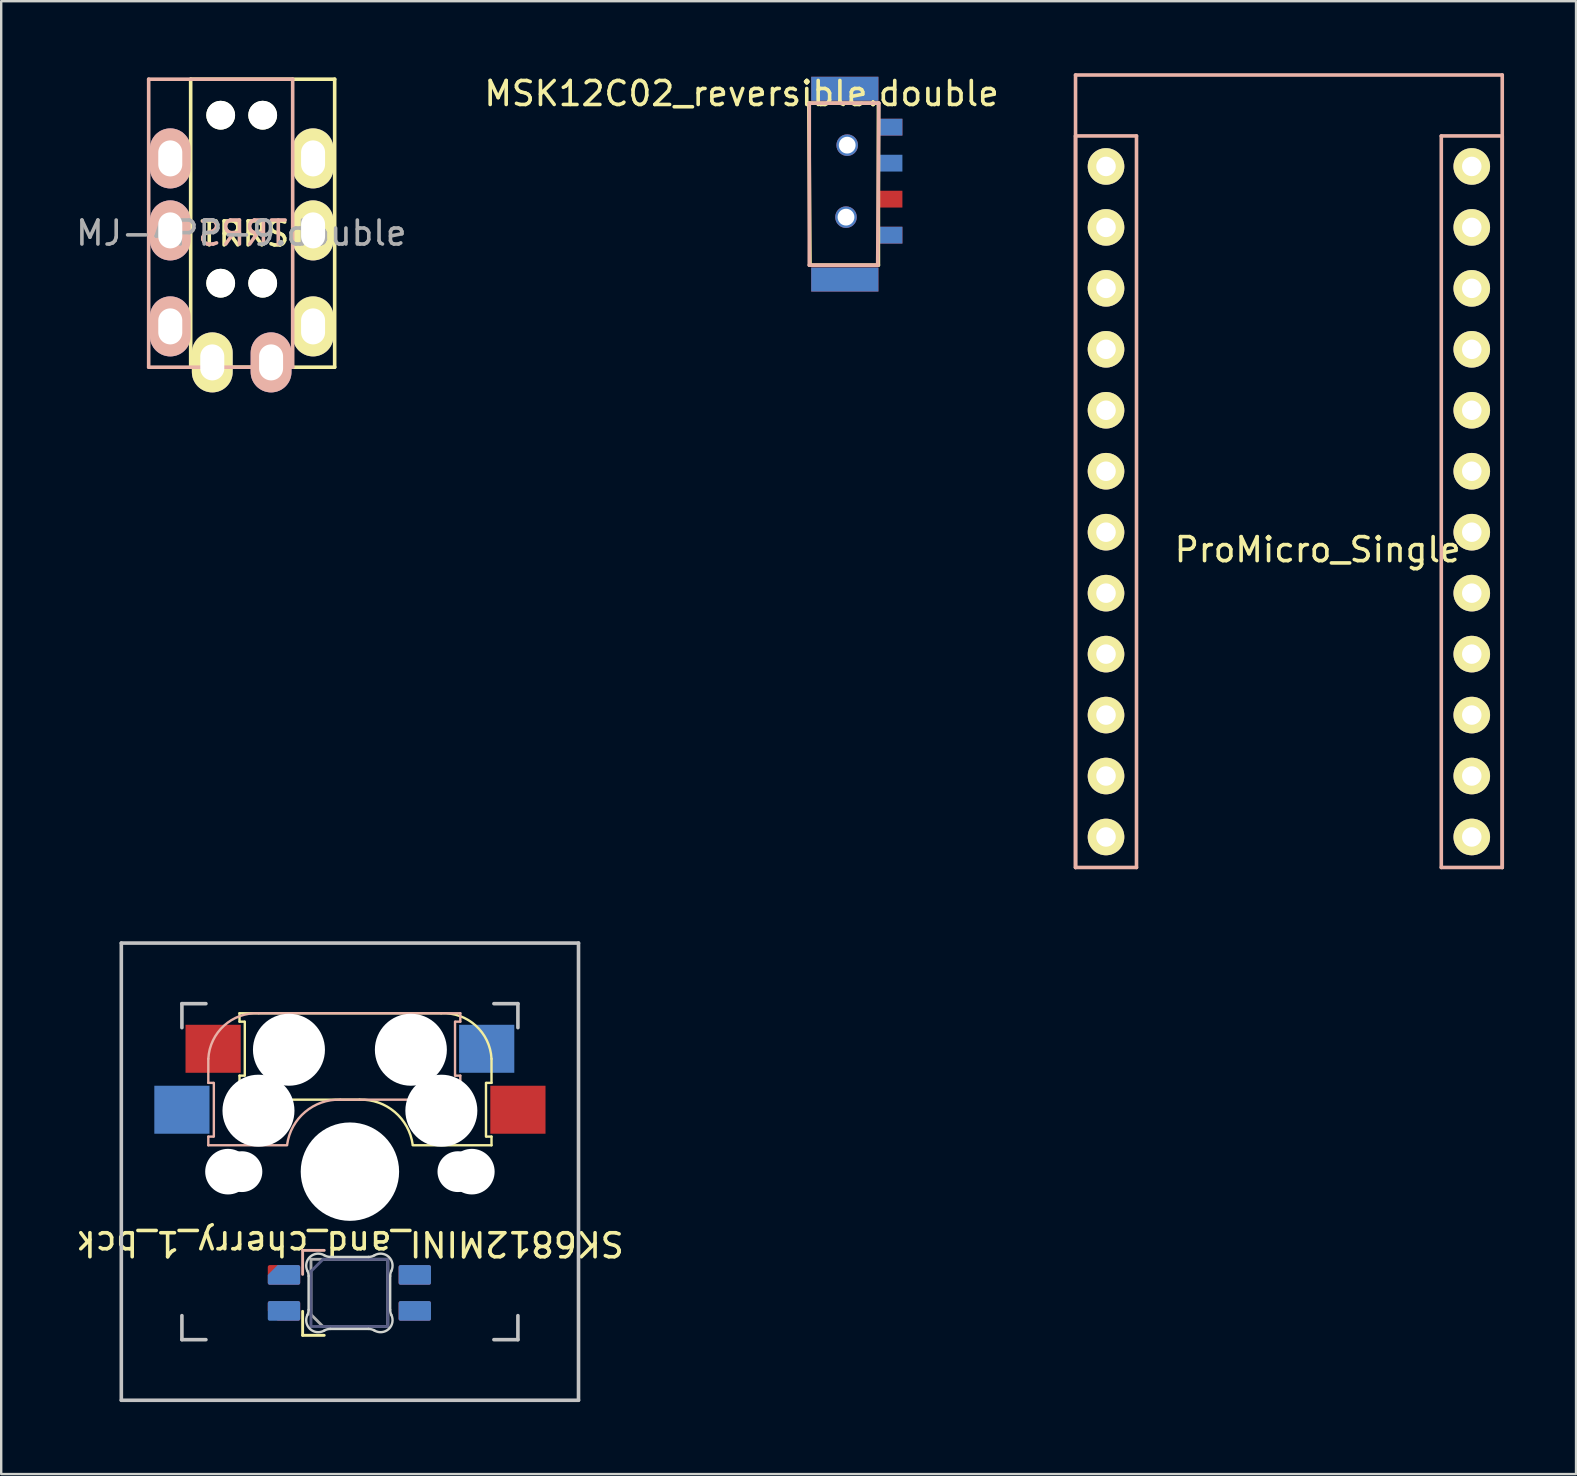
<source format=kicad_pcb>
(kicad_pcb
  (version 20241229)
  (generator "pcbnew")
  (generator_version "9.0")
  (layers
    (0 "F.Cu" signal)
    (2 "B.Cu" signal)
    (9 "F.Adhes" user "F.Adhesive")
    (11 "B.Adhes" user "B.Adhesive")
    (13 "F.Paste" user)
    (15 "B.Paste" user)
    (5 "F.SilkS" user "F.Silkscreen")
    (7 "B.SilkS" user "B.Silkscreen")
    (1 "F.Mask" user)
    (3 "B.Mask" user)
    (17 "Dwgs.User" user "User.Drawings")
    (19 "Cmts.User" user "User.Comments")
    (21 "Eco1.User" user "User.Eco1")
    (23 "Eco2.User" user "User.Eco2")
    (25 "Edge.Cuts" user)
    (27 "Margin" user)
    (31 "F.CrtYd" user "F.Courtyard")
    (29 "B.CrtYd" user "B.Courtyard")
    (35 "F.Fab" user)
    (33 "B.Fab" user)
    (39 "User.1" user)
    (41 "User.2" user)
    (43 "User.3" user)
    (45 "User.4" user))
  (footprint "MJ-4PP-9.double"
    (layer "F.Cu")
    (at 7.895 0.25)
    (property "Reference" "MJ-4PP-9.double" (at -0.889 6.413 0) (layer "F.Fab") (effects (font (size 1 1) (thickness 0.15))))
    (attr through_hole)
    (fp_line (start -3 0) (end 3 0) (stroke (width 0.15) (type solid)) (layer "F.SilkS"))
    (fp_line (start -3 12) (end -3 0) (stroke (width 0.15) (type solid)) (layer "F.SilkS"))
    (fp_line (start 3 0) (end 3 12) (stroke (width 0.15) (type solid)) (layer "F.SilkS"))
    (fp_line (start 3 12) (end -3 12) (stroke (width 0.15) (type solid)) (layer "F.SilkS"))
    (fp_line (start -4.75 0) (end 1.25 0) (stroke (width 0.15) (type solid)) (layer "B.SilkS"))
    (fp_line (start -4.75 12) (end -4.75 0) (stroke (width 0.15) (type solid)) (layer "B.SilkS"))
    (fp_line (start 1.25 0) (end 1.25 12) (stroke (width 0.15) (type solid)) (layer "B.SilkS"))
    (fp_line (start 1.25 12) (end -4.75 12) (stroke (width 0.15) (type solid)) (layer "B.SilkS"))
    (fp_text user "TRRS" (at -0.75 6.45 0) (layer "F.SilkS") (effects (font (size 1 1) (thickness 0.15))))
    (fp_text user "TRRS" (at -0.826 6.413 0) (layer "B.SilkS") (effects (font (size 1 1) (thickness 0.15)) (justify mirror)))
    (pad "" np_thru_hole circle (at -1.75 1.5) (size 1.2 1.2) (drill 1.2) (layers "*.Cu" "*.Mask" "F.SilkS"))
    (pad "" np_thru_hole circle (at -1.75 8.5) (size 1.2 1.2) (drill 1.2) (layers "*.Cu" "*.Mask" "F.SilkS"))
    (pad "" np_thru_hole circle (at 0 1.5) (size 1.2 1.2) (drill 1.2) (layers "*.Cu" "*.Mask" "F.SilkS"))
    (pad "" np_thru_hole circle (at 0 8.5) (size 1.2 1.2) (drill 1.2) (layers "*.Cu" "*.Mask" "F.SilkS"))
    (pad "1" thru_hole oval (at -3.85 10.3) (size 1.7 2.5) (drill oval 1 1.5) (layers "*.Cu" "*.Mask" "B.SilkS"))
    (pad "1" thru_hole oval (at 2.1 10.3) (size 1.7 2.5) (drill oval 1 1.5) (layers "*.Cu" "*.Mask" "F.SilkS"))
    (pad "2" thru_hole oval (at -3.85 6.3) (size 1.7 2.5) (drill oval 1 1.5) (layers "*.Cu" "*.Mask" "B.SilkS"))
    (pad "2" thru_hole oval (at 2.1 6.3) (size 1.7 2.5) (drill oval 1 1.5) (layers "*.Cu" "*.Mask" "F.SilkS"))
    (pad "3" thru_hole oval (at -2.1 11.8) (size 1.7 2.5) (drill oval 1 1.5) (layers "*.Cu" "*.Mask" "F.SilkS"))
    (pad "3" thru_hole oval (at 0.35 11.8) (size 1.7 2.5) (drill oval 1 1.5) (layers "*.Cu" "*.Mask" "B.SilkS"))
    (pad "4" thru_hole oval (at -3.85 3.3) (size 1.7 2.5) (drill oval 1 1.5) (layers "*.Cu" "*.Mask" "B.SilkS"))
    (pad "4" thru_hole oval (at 2.1 3.3) (size 1.7 2.5) (drill oval 1 1.5) (layers "*.Cu" "*.Mask" "F.SilkS")))
  (footprint "MSK12C02_reversible.double"
    (layer "F.Cu")
    (at 30.851 0.748)
    (property "Reference" "MSK12C02_reversible.double" (at -3 0.1 0) (layer "F.SilkS") (effects (font (size 1 1) (thickness 0.15))))
    (attr through_hole)
    (fp_line (start -0.2 0.5) (end 2.7 0.5) (stroke (width 0.15) (type solid)) (layer "F.SilkS"))
    (fp_line (start -0.15 7.25) (end -0.2 0.5) (stroke (width 0.15) (type solid)) (layer "F.SilkS"))
    (fp_line (start 2.7 0.5) (end 2.7 7.25) (stroke (width 0.15) (type solid)) (layer "F.SilkS"))
    (fp_line (start 2.7 7.25) (end -0.15 7.25) (stroke (width 0.15) (type solid)) (layer "F.SilkS"))
    (fp_line (start -0.18 0.5) (end -0.18 7.25) (stroke (width 0.15) (type solid)) (layer "B.SilkS"))
    (fp_line (start -0.18 7.25) (end 2.67 7.25) (stroke (width 0.15) (type solid)) (layer "B.SilkS"))
    (fp_line (start 2.67 7.25) (end 2.72 0.5) (stroke (width 0.15) (type solid)) (layer "B.SilkS"))
    (fp_line (start 2.72 0.5) (end -0.18 0.5) (stroke (width 0.15) (type solid)) (layer "B.SilkS"))
    (pad "" np_thru_hole circle (at 1.35 5.25) (size 0.9 0.9) (drill 0.7) (layers "*.Cu" "*.Mask"))
    (pad "" np_thru_hole circle (at 1.4 2.25) (size 0.9 0.9) (drill 0.7) (layers "*.Cu" "*.Mask"))
    (pad "1" smd rect (at 3.2 1.5 90) (size 0.7 1) (layers "F.Cu" "F.Mask" "F.Paste"))
    (pad "1" smd rect (at 3.2 6 270) (size 0.7 1) (layers "B.Cu" "B.Mask" "B.Paste"))
    (pad "2" smd rect (at 3.2 3 270) (size 0.7 1) (layers "B.Cu" "B.Mask" "B.Paste"))
    (pad "2" smd rect (at 3.2 4.5 90) (size 0.7 1) (layers "F.Cu" "F.Mask" "F.Paste"))
    (pad "3" smd rect (at 3.2 1.5 270) (size 0.7 1) (layers "B.Cu" "B.Mask" "B.Paste"))
    (pad "3" smd rect (at 3.2 6 90) (size 0.7 1) (layers "F.Cu" "F.Mask" "F.Paste"))
    (pad "NC" smd rect (at 1.3 -0.1) (size 2.8 1) (layers "F.Cu" "F.Mask" "F.Paste"))
    (pad "NC" smd rect (at 1.3 -0.1) (size 2.8 1) (layers "B.Cu" "B.Mask" "B.Paste"))
    (pad "NC" smd rect (at 1.3 7.85) (size 2.8 1) (layers "F.Cu" "F.Mask" "F.Paste"))
    (pad "NC" smd rect (at 1.3 7.85) (size 2.8 1) (layers "B.Cu" "B.Mask" "B.Paste")))
  (footprint "SK6812MINI_and_cherry_1_bck"
    (layer "F.Cu")
    (at 11.53 45.77)
    (property "Reference" "SK6812MINI_and_cherry_1_bck" (at 0 3 180) (unlocked yes) (layer "F.SilkS") (effects (font (size 1 1) (thickness 0.15))))
    (attr through_hole)
    (fp_line (start -4.6 -6.6) (end 3.8 -6.6) (stroke (width 0.1) (type solid)) (layer "F.SilkS"))
    (fp_line (start -4.6 -6.25) (end -4.6 -6.6) (stroke (width 0.1) (type solid)) (layer "F.SilkS"))
    (fp_line (start -4.6 -4) (end -4.4 -4) (stroke (width 0.1) (type solid)) (layer "F.SilkS"))
    (fp_line (start -4.6 -3) (end -4.6 -4) (stroke (width 0.1) (type solid)) (layer "F.SilkS"))
    (fp_line (start -4.4 -6.25) (end -4.6 -6.25) (stroke (width 0.1) (type solid)) (layer "F.SilkS"))
    (fp_line (start -4.38 -4) (end -4.38 -6.25) (stroke (width 0.1) (type solid)) (layer "F.SilkS"))
    (fp_line (start -1.97 5.82) (end -1.97 6.82) (stroke (width 0.12) (type solid)) (layer "F.SilkS"))
    (fp_line (start -1.97 6.82) (end -1.07 6.82) (stroke (width 0.12) (type solid)) (layer "F.SilkS"))
    (fp_line (start 0.4 -3) (end -4.6 -3) (stroke (width 0.1) (type solid)) (layer "F.SilkS"))
    (fp_line (start 5.67 -3.7) (end 5.67 -1.46) (stroke (width 0.1) (type solid)) (layer "F.SilkS"))
    (fp_line (start 5.7 -1.46) (end 5.9 -1.46) (stroke (width 0.1) (type solid)) (layer "F.SilkS"))
    (fp_line (start 5.9 -4.7) (end 5.9 -3.7) (stroke (width 0.1) (type solid)) (layer "F.SilkS"))
    (fp_line (start 5.9 -3.7) (end 5.7 -3.7) (stroke (width 0.1) (type solid)) (layer "F.SilkS"))
    (fp_line (start 5.9 -1.1) (end 2.62 -1.1) (stroke (width 0.1) (type solid)) (layer "F.SilkS"))
    (fp_line (start 5.9 -1.1) (end 5.9 -1.46) (stroke (width 0.1) (type solid)) (layer "F.SilkS"))
    (fp_arc (start 0.4 -3) (mid 1.868709 -2.486118) (end 2.616318 -1.121471) (stroke (width 0.1) (type solid)) (layer "F.SilkS"))
    (fp_arc (start 3.8 -6.600001) (mid 5.243504 -6.084925) (end 5.900001 -4.7) (stroke (width 0.1) (type solid)) (layer "F.SilkS"))
    (fp_line (start -5.9 -4.7) (end -5.9 -3.7) (stroke (width 0.1) (type solid)) (layer "B.SilkS"))
    (fp_line (start -5.9 -3.7) (end -5.7 -3.7) (stroke (width 0.1) (type solid)) (layer "B.SilkS"))
    (fp_line (start -5.9 -1.1) (end -5.9 -1.46) (stroke (width 0.1) (type solid)) (layer "B.SilkS"))
    (fp_line (start -5.9 -1.1) (end -2.62 -1.1) (stroke (width 0.1) (type solid)) (layer "B.SilkS"))
    (fp_line (start -5.7 -1.46) (end -5.9 -1.46) (stroke (width 0.1) (type solid)) (layer "B.SilkS"))
    (fp_line (start -5.67 -3.7) (end -5.67 -1.46) (stroke (width 0.1) (type solid)) (layer "B.SilkS"))
    (fp_line (start -1.97 3.28) (end -1.07 3.28) (stroke (width 0.12) (type solid)) (layer "B.SilkS"))
    (fp_line (start -1.97 4.28) (end -1.97 3.28) (stroke (width 0.12) (type solid)) (layer "B.SilkS"))
    (fp_line (start -0.4 -3) (end 4.6 -3) (stroke (width 0.1) (type solid)) (layer "B.SilkS"))
    (fp_line (start 4.38 -4) (end 4.38 -6.25) (stroke (width 0.1) (type solid)) (layer "B.SilkS"))
    (fp_line (start 4.4 -6.25) (end 4.6 -6.25) (stroke (width 0.1) (type solid)) (layer "B.SilkS"))
    (fp_line (start 4.6 -6.6) (end -3.8 -6.6) (stroke (width 0.1) (type solid)) (layer "B.SilkS"))
    (fp_line (start 4.6 -6.25) (end 4.6 -6.6) (stroke (width 0.1) (type solid)) (layer "B.SilkS"))
    (fp_line (start 4.6 -4) (end 4.4 -4) (stroke (width 0.1) (type solid)) (layer "B.SilkS"))
    (fp_line (start 4.6 -3) (end 4.6 -4) (stroke (width 0.1) (type solid)) (layer "B.SilkS"))
    (fp_arc (start -5.9 -4.699999) (mid -5.243504 -6.084924) (end -3.800001 -6.6) (stroke (width 0.1) (type solid)) (layer "B.SilkS"))
    (fp_arc (start -2.616318 -1.121471) (mid -1.868709 -2.486118) (end -0.4 -3) (stroke (width 0.1) (type solid)) (layer "B.SilkS"))
    (fp_line (start -9.525 -9.525) (end 9.525 -9.525) (stroke (width 0.15) (type solid)) (layer "Dwgs.User"))
    (fp_line (start -9.525 9.525) (end -9.525 -9.525) (stroke (width 0.15) (type solid)) (layer "Dwgs.User"))
    (fp_line (start -7 -7) (end -6 -7) (stroke (width 0.15) (type solid)) (layer "Dwgs.User"))
    (fp_line (start -7 -6) (end -7 -7) (stroke (width 0.15) (type solid)) (layer "Dwgs.User"))
    (fp_line (start -7 6) (end -7 7) (stroke (width 0.15) (type solid)) (layer "Dwgs.User"))
    (fp_line (start -7 7) (end -6 7) (stroke (width 0.15) (type solid)) (layer "Dwgs.User"))
    (fp_line (start 6 7) (end 7 7) (stroke (width 0.15) (type solid)) (layer "Dwgs.User"))
    (fp_line (start 7 -7) (end 6 -7) (stroke (width 0.15) (type solid)) (layer "Dwgs.User"))
    (fp_line (start 7 -7) (end 7 -6) (stroke (width 0.15) (type solid)) (layer "Dwgs.User"))
    (fp_line (start 7 7) (end 7 6) (stroke (width 0.15) (type solid)) (layer "Dwgs.User"))
    (fp_line (start 9.525 -9.525) (end 9.525 9.525) (stroke (width 0.15) (type solid)) (layer "Dwgs.User"))
    (fp_line (start 9.525 9.525) (end -9.525 9.525) (stroke (width 0.15) (type solid)) (layer "Dwgs.User"))
    (fp_line (start -1.722 5.756) (end -1.722 4.35) (stroke (width 0.1) (type solid)) (layer "Edge.Cuts"))
    (fp_line (start 0.773 3.553) (end -0.816 3.553) (stroke (width 0.1) (type solid)) (layer "Edge.Cuts"))
    (fp_line (start 0.773 6.553) (end -0.816 6.553) (stroke (width 0.1) (type solid)) (layer "Edge.Cuts"))
    (fp_line (start 1.678 5.756) (end 1.678 4.35) (stroke (width 0.1) (type solid)) (layer "Edge.Cuts"))
    (fp_arc (start -1.77141 4.133123) (mid -1.734454 4.238775) (end -1.721925 4.350001) (stroke (width 0.1) (type solid)) (layer "Edge.Cuts"))
    (fp_arc (start -1.77141 4.133124) (mid -1.66 3.548806) (end -1.068637 3.484544) (stroke (width 0.1) (type solid)) (layer "Edge.Cuts"))
    (fp_arc (start -1.721925 5.755686) (mid -1.734454 5.866911) (end -1.77141 5.972563) (stroke (width 0.1) (type solid)) (layer "Edge.Cuts"))
    (fp_arc (start -1.068637 6.621142) (mid -1.659997 6.556877) (end -1.77141 5.972562) (stroke (width 0.1) (type solid)) (layer "Edge.Cuts"))
    (fp_arc (start -1.068637 6.621142) (mid -0.947049 6.570219) (end -0.816378 6.552843) (stroke (width 0.1) (type solid)) (layer "Edge.Cuts"))
    (fp_arc (start -0.816378 3.552843) (mid -0.947049 3.535466) (end -1.068637 3.484544) (stroke (width 0.1) (type solid)) (layer "Edge.Cuts"))
    (fp_arc (start 0.772527 6.552843) (mid 0.903197 6.57022) (end 1.024785 6.621142) (stroke (width 0.1) (type solid)) (layer "Edge.Cuts"))
    (fp_arc (start 1.024785 3.484544) (mid 0.903197 3.535465) (end 0.772527 3.552843) (stroke (width 0.1) (type solid)) (layer "Edge.Cuts"))
    (fp_arc (start 1.024785 3.484546) (mid 1.616148 3.548809) (end 1.727558 4.133123) (stroke (width 0.1) (type solid)) (layer "Edge.Cuts"))
    (fp_arc (start 1.678073 4.350001) (mid 1.690601 4.238775) (end 1.727558 4.133123) (stroke (width 0.1) (type solid)) (layer "Edge.Cuts"))
    (fp_arc (start 1.727558 5.972563) (mid 1.616145 6.556875) (end 1.024785 6.621142) (stroke (width 0.1) (type solid)) (layer "Edge.Cuts"))
    (fp_arc (start 1.727558 5.972563) (mid 1.690589 5.866914) (end 1.678073 5.755686) (stroke (width 0.1) (type solid)) (layer "Edge.Cuts"))
    (fp_line (start -1.622 4.153) (end -1.622 6.453) (stroke (width 0.12) (type solid)) (layer "B.Fab"))
    (fp_line (start -1.622 4.153) (end -1.122 3.653) (stroke (width 0.12) (type solid)) (layer "B.Fab"))
    (fp_line (start -1.622 6.453) (end 1.578 6.453) (stroke (width 0.12) (type solid)) (layer "B.Fab"))
    (fp_line (start 1.578 3.653) (end -1.122 3.653) (stroke (width 0.12) (type solid)) (layer "B.Fab"))
    (fp_line (start 1.578 6.453) (end 1.578 3.653) (stroke (width 0.12) (type solid)) (layer "B.Fab"))
    (fp_line (start -1.622 3.653) (end 1.578 3.653) (stroke (width 0.12) (type solid)) (layer "F.Fab"))
    (fp_line (start -1.622 5.953) (end -1.622 3.653) (stroke (width 0.12) (type solid)) (layer "F.Fab"))
    (fp_line (start -1.622 5.953) (end -1.122 6.453) (stroke (width 0.12) (type solid)) (layer "F.Fab"))
    (fp_line (start 1.578 3.653) (end 1.578 6.453) (stroke (width 0.12) (type solid)) (layer "F.Fab"))
    (fp_line (start 1.578 6.453) (end -1.122 6.453) (stroke (width 0.12) (type solid)) (layer "F.Fab"))
    (pad "" np_thru_hole circle (at -5.08 0) (size 1.9 1.9) (drill 1.9) (layers "*.Cu" "*.Mask"))
    (pad "" np_thru_hole circle (at -4.5 0) (size 1.7 1.7) (drill 1.7) (layers "*.Cu" "*.Mask"))
    (pad "" np_thru_hole circle (at -3.81 -2.54 180) (size 3 3) (drill 3) (layers "*.Cu" "*.Mask"))
    (pad "" np_thru_hole circle (at -2.54 -5.08 180) (size 3 3) (drill 3) (layers "*.Cu" "*.Mask"))
    (pad "" np_thru_hole circle (at 0 0 90) (size 4.1 4.1) (drill 4.1) (layers "*.Cu" "*.Mask"))
    (pad "" np_thru_hole circle (at 2.54 -5.08 180) (size 3 3) (drill 3) (layers "*.Cu" "*.Mask"))
    (pad "" np_thru_hole circle (at 3.81 -2.54 180) (size 3 3) (drill 3) (layers "*.Cu" "*.Mask"))
    (pad "" np_thru_hole circle (at 4.5 0) (size 1.7 1.7) (drill 1.7) (layers "*.Cu" "*.Mask"))
    (pad "" np_thru_hole circle (at 5.08 0) (size 1.9 1.9) (drill 1.9) (layers "*.Cu" "*.Mask"))
    (pad "1" smd roundrect (at 2.703 4.303 90) (size 0.82 1.35) (layers "B.Cu" "B.Mask" "B.Paste") (roundrect_rratio 0.1))
    (pad "1" smd roundrect (at 2.703 5.803 90) (size 0.82 1.35) (layers "F.Cu" "F.Mask" "F.Paste") (roundrect_rratio 0.1))
    (pad "2" smd roundrect (at -2.747 4.303 90) (size 0.82 1.35) (layers "B.Cu" "B.Mask" "B.Paste") (roundrect_rratio 0.1) (chamfer_ratio 0.5) (chamfer top_right))
    (pad "2" smd roundrect (at -2.747 5.803 90) (size 0.82 1.35) (layers "F.Cu" "F.Mask" "F.Paste") (roundrect_rratio 0.1) (chamfer_ratio 0.5) (chamfer top_left))
    (pad "3" smd roundrect (at -2.747 4.303 90) (size 0.82 1.35) (layers "F.Cu" "F.Mask" "F.Paste") (roundrect_rratio 0.1))
    (pad "3" smd roundrect (at -2.747 5.803 90) (size 0.82 1.35) (layers "B.Cu" "B.Mask" "B.Paste") (roundrect_rratio 0.1))
    (pad "4" smd roundrect (at 2.703 4.303 90) (size 0.82 1.35) (layers "F.Cu" "F.Mask" "F.Paste") (roundrect_rratio 0.1))
    (pad "4" smd roundrect (at 2.703 5.803 90) (size 0.82 1.35) (layers "B.Cu" "B.Mask" "B.Paste") (roundrect_rratio 0.1))
    (pad "5" smd rect (at -7 -2.58 180) (size 2.3 2) (layers "B.Cu" "B.Mask" "B.Paste"))
    (pad "5" smd rect (at 7 -2.58 180) (size 2.3 2) (layers "F.Cu" "F.Mask" "F.Paste"))
    (pad "6" smd rect (at -5.7 -5.12 180) (size 2.3 2) (layers "F.Cu" "F.Mask" "F.Paste"))
    (pad "6" smd rect (at 5.7 -5.12 180) (size 2.3 2) (layers "B.Cu" "B.Mask" "B.Paste"))
    (zone (net_name "") (layers "F.Cu" "B.Cu") (name "CUTOUT") (hatch edge 0.5) (connect_pads) (min_thickness 0.25) (filled_areas_thickness no) (keepout (tracks not_allowed) (vias not_allowed) (pads not_allowed) (copperpour not_allowed) (footprints allowed)) (placement (enabled no)) (fill) (polygon (pts (xy 9.63 49.12) (xy 9.638 52.519) (xy 13.53 52.52) (xy 13.548 49.129) (xy 10.55 49.12)))))
  (footprint "ProMicro_Single"
    (layer "F.Cu")
    (at 51.855 18.655)
    (property "Reference" "ProMicro_Single" (at 0 1.2 0) (layer "F.SilkS") (effects (font (size 1 1) (thickness 0.15))))
    (attr through_hole)
    (fp_line (start -10.09 -18.58) (end 7.69 -18.58) (stroke (width 0.15) (type solid)) (layer "B.SilkS"))
    (fp_line (start -10.09 -16.04) (end -7.55 -16.04) (stroke (width 0.15) (type solid)) (layer "B.SilkS"))
    (fp_line (start -10.09 14.44) (end -10.09 -18.58) (stroke (width 0.15) (type solid)) (layer "B.SilkS"))
    (fp_line (start -10.09 14.44) (end -10.09 -16.04) (stroke (width 0.15) (type solid)) (layer "B.SilkS"))
    (fp_line (start -7.55 -16.04) (end -7.55 14.44) (stroke (width 0.15) (type solid)) (layer "B.SilkS"))
    (fp_line (start -7.55 14.44) (end -10.09 14.44) (stroke (width 0.15) (type solid)) (layer "B.SilkS"))
    (fp_line (start 5.15 -16.04) (end 7.69 -16.04) (stroke (width 0.15) (type solid)) (layer "B.SilkS"))
    (fp_line (start 5.15 14.44) (end 5.15 -16.04) (stroke (width 0.15) (type solid)) (layer "B.SilkS"))
    (fp_line (start 7.69 -18.58) (end 7.69 14.44) (stroke (width 0.15) (type solid)) (layer "B.SilkS"))
    (fp_line (start 7.69 -16.04) (end 7.69 14.44) (stroke (width 0.15) (type solid)) (layer "B.SilkS"))
    (fp_line (start 7.69 14.44) (end 5.15 14.44) (stroke (width 0.15) (type solid)) (layer "B.SilkS"))
    (pad "1" thru_hole circle (at -8.82 -14.77) (size 1.524 1.524) (drill 0.813) (layers "*.Cu" "*.Mask" "F.SilkS"))
    (pad "2" thru_hole circle (at -8.82 -12.23) (size 1.524 1.524) (drill 0.813) (layers "*.Cu" "*.Mask" "F.SilkS"))
    (pad "3" thru_hole circle (at -8.82 -9.69) (size 1.524 1.524) (drill 0.813) (layers "*.Cu" "*.Mask" "F.SilkS"))
    (pad "4" thru_hole circle (at -8.82 -7.15) (size 1.524 1.524) (drill 0.813) (layers "*.Cu" "*.Mask" "F.SilkS"))
    (pad "5" thru_hole circle (at -8.82 -4.61) (size 1.524 1.524) (drill 0.813) (layers "*.Cu" "*.Mask" "F.SilkS"))
    (pad "6" thru_hole circle (at -8.82 -2.07) (size 1.524 1.524) (drill 0.813) (layers "*.Cu" "*.Mask" "F.SilkS"))
    (pad "7" thru_hole circle (at -8.82 0.47) (size 1.524 1.524) (drill 0.813) (layers "*.Cu" "*.Mask" "F.SilkS"))
    (pad "8" thru_hole circle (at -8.82 3.01) (size 1.524 1.524) (drill 0.813) (layers "*.Cu" "*.Mask" "F.SilkS"))
    (pad "9" thru_hole circle (at -8.82 5.55) (size 1.524 1.524) (drill 0.813) (layers "*.Cu" "*.Mask" "F.SilkS"))
    (pad "10" thru_hole circle (at -8.82 8.09) (size 1.524 1.524) (drill 0.813) (layers "*.Cu" "*.Mask" "F.SilkS"))
    (pad "11" thru_hole circle (at -8.82 10.63) (size 1.524 1.524) (drill 0.813) (layers "*.Cu" "*.Mask" "F.SilkS"))
    (pad "12" thru_hole circle (at -8.82 13.17) (size 1.524 1.524) (drill 0.813) (layers "*.Cu" "*.Mask" "F.SilkS"))
    (pad "13" thru_hole circle (at 6.42 13.17) (size 1.524 1.524) (drill 0.813) (layers "*.Cu" "*.Mask" "F.SilkS"))
    (pad "14" thru_hole circle (at 6.42 10.63) (size 1.524 1.524) (drill 0.813) (layers "*.Cu" "*.Mask" "F.SilkS"))
    (pad "15" thru_hole circle (at 6.42 8.09) (size 1.524 1.524) (drill 0.813) (layers "*.Cu" "*.Mask" "F.SilkS"))
    (pad "16" thru_hole circle (at 6.42 5.55) (size 1.524 1.524) (drill 0.813) (layers "*.Cu" "*.Mask" "F.SilkS"))
    (pad "17" thru_hole circle (at 6.42 3.01) (size 1.524 1.524) (drill 0.813) (layers "*.Cu" "*.Mask" "F.SilkS"))
    (pad "18" thru_hole circle (at 6.42 0.47) (size 1.524 1.524) (drill 0.813) (layers "*.Cu" "*.Mask" "F.SilkS"))
    (pad "19" thru_hole circle (at 6.42 -2.07) (size 1.524 1.524) (drill 0.813) (layers "*.Cu" "*.Mask" "F.SilkS"))
    (pad "20" thru_hole circle (at 6.42 -4.61) (size 1.524 1.524) (drill 0.813) (layers "*.Cu" "*.Mask" "F.SilkS"))
    (pad "21" thru_hole circle (at 6.42 -7.15) (size 1.524 1.524) (drill 0.813) (layers "*.Cu" "*.Mask" "F.SilkS"))
    (pad "22" thru_hole circle (at 6.42 -9.69) (size 1.524 1.524) (drill 0.813) (layers "*.Cu" "*.Mask" "F.SilkS"))
    (pad "23" thru_hole circle (at 6.42 -12.23) (size 1.524 1.524) (drill 0.813) (layers "*.Cu" "*.Mask" "F.SilkS"))
    (pad "24" thru_hole circle (at 6.42 -14.77) (size 1.524 1.524) (drill 0.813) (layers "*.Cu" "*.Mask" "F.SilkS")))
  (gr_rect
    (start -3 -3)
    (end 62.62 58.37)
    (stroke (width 0.1) (type default))
    (fill no)
    (layer "Edge.Cuts")))
</source>
